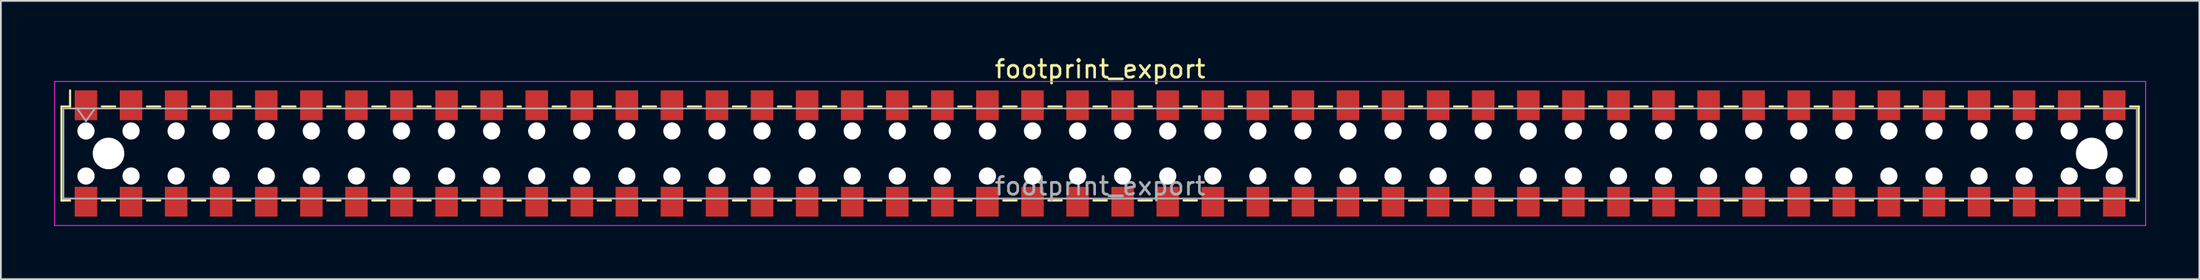
<source format=kicad_pcb>
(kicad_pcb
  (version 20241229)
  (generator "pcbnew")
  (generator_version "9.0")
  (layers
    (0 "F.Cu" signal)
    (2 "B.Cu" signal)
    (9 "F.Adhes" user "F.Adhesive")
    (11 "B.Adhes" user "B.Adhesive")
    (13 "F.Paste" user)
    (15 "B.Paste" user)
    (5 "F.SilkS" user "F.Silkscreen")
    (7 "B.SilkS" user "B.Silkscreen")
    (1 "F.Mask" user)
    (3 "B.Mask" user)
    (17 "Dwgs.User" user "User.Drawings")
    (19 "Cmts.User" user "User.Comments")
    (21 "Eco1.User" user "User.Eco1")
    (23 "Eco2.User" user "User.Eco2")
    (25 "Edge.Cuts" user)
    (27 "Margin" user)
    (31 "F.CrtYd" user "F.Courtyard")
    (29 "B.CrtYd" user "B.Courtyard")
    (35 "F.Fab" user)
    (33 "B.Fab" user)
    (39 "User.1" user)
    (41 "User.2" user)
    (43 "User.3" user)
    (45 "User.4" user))
  (footprint "footprint_export"
    (layer "F.Cu")
    (at 58.945 5.608)
    (property "Reference" "footprint_export" (at 0 -4.76 0) (layer "F.SilkS") (effects (font (size 1 1) (thickness 0.15))))
    (attr smd)
    (fp_line (start -58.53 -2.65) (end -58.53 2.65) (stroke (width 0.12) (type solid)) (layer "F.SilkS"))
    (fp_line (start -58.53 2.65) (end -58.045 2.65) (stroke (width 0.12) (type solid)) (layer "F.SilkS"))
    (fp_line (start -58.045 -3.56) (end -58.045 -2.65) (stroke (width 0.12) (type solid)) (layer "F.SilkS"))
    (fp_line (start -58.045 -2.65) (end -58.53 -2.65) (stroke (width 0.12) (type solid)) (layer "F.SilkS"))
    (fp_line (start -56.255 -2.65) (end -55.505 -2.65) (stroke (width 0.12) (type solid)) (layer "F.SilkS"))
    (fp_line (start -56.255 2.65) (end -55.505 2.65) (stroke (width 0.12) (type solid)) (layer "F.SilkS"))
    (fp_line (start -53.715 -2.65) (end -52.965 -2.65) (stroke (width 0.12) (type solid)) (layer "F.SilkS"))
    (fp_line (start -53.715 2.65) (end -52.965 2.65) (stroke (width 0.12) (type solid)) (layer "F.SilkS"))
    (fp_line (start -51.175 -2.65) (end -50.425 -2.65) (stroke (width 0.12) (type solid)) (layer "F.SilkS"))
    (fp_line (start -51.175 2.65) (end -50.425 2.65) (stroke (width 0.12) (type solid)) (layer "F.SilkS"))
    (fp_line (start -48.635 -2.65) (end -47.885 -2.65) (stroke (width 0.12) (type solid)) (layer "F.SilkS"))
    (fp_line (start -48.635 2.65) (end -47.885 2.65) (stroke (width 0.12) (type solid)) (layer "F.SilkS"))
    (fp_line (start -46.095 -2.65) (end -45.345 -2.65) (stroke (width 0.12) (type solid)) (layer "F.SilkS"))
    (fp_line (start -46.095 2.65) (end -45.345 2.65) (stroke (width 0.12) (type solid)) (layer "F.SilkS"))
    (fp_line (start -43.555 -2.65) (end -42.805 -2.65) (stroke (width 0.12) (type solid)) (layer "F.SilkS"))
    (fp_line (start -43.555 2.65) (end -42.805 2.65) (stroke (width 0.12) (type solid)) (layer "F.SilkS"))
    (fp_line (start -41.015 -2.65) (end -40.265 -2.65) (stroke (width 0.12) (type solid)) (layer "F.SilkS"))
    (fp_line (start -41.015 2.65) (end -40.265 2.65) (stroke (width 0.12) (type solid)) (layer "F.SilkS"))
    (fp_line (start -38.475 -2.65) (end -37.725 -2.65) (stroke (width 0.12) (type solid)) (layer "F.SilkS"))
    (fp_line (start -38.475 2.65) (end -37.725 2.65) (stroke (width 0.12) (type solid)) (layer "F.SilkS"))
    (fp_line (start -35.935 -2.65) (end -35.185 -2.65) (stroke (width 0.12) (type solid)) (layer "F.SilkS"))
    (fp_line (start -35.935 2.65) (end -35.185 2.65) (stroke (width 0.12) (type solid)) (layer "F.SilkS"))
    (fp_line (start -33.395 -2.65) (end -32.645 -2.65) (stroke (width 0.12) (type solid)) (layer "F.SilkS"))
    (fp_line (start -33.395 2.65) (end -32.645 2.65) (stroke (width 0.12) (type solid)) (layer "F.SilkS"))
    (fp_line (start -30.855 -2.65) (end -30.105 -2.65) (stroke (width 0.12) (type solid)) (layer "F.SilkS"))
    (fp_line (start -30.855 2.65) (end -30.105 2.65) (stroke (width 0.12) (type solid)) (layer "F.SilkS"))
    (fp_line (start -28.315 -2.65) (end -27.565 -2.65) (stroke (width 0.12) (type solid)) (layer "F.SilkS"))
    (fp_line (start -28.315 2.65) (end -27.565 2.65) (stroke (width 0.12) (type solid)) (layer "F.SilkS"))
    (fp_line (start -25.775 -2.65) (end -25.025 -2.65) (stroke (width 0.12) (type solid)) (layer "F.SilkS"))
    (fp_line (start -25.775 2.65) (end -25.025 2.65) (stroke (width 0.12) (type solid)) (layer "F.SilkS"))
    (fp_line (start -23.235 -2.65) (end -22.485 -2.65) (stroke (width 0.12) (type solid)) (layer "F.SilkS"))
    (fp_line (start -23.235 2.65) (end -22.485 2.65) (stroke (width 0.12) (type solid)) (layer "F.SilkS"))
    (fp_line (start -20.695 -2.65) (end -19.945 -2.65) (stroke (width 0.12) (type solid)) (layer "F.SilkS"))
    (fp_line (start -20.695 2.65) (end -19.945 2.65) (stroke (width 0.12) (type solid)) (layer "F.SilkS"))
    (fp_line (start -18.155 -2.65) (end -17.405 -2.65) (stroke (width 0.12) (type solid)) (layer "F.SilkS"))
    (fp_line (start -18.155 2.65) (end -17.405 2.65) (stroke (width 0.12) (type solid)) (layer "F.SilkS"))
    (fp_line (start -15.615 -2.65) (end -14.865 -2.65) (stroke (width 0.12) (type solid)) (layer "F.SilkS"))
    (fp_line (start -15.615 2.65) (end -14.865 2.65) (stroke (width 0.12) (type solid)) (layer "F.SilkS"))
    (fp_line (start -13.075 -2.65) (end -12.325 -2.65) (stroke (width 0.12) (type solid)) (layer "F.SilkS"))
    (fp_line (start -13.075 2.65) (end -12.325 2.65) (stroke (width 0.12) (type solid)) (layer "F.SilkS"))
    (fp_line (start -10.535 -2.65) (end -9.785 -2.65) (stroke (width 0.12) (type solid)) (layer "F.SilkS"))
    (fp_line (start -10.535 2.65) (end -9.785 2.65) (stroke (width 0.12) (type solid)) (layer "F.SilkS"))
    (fp_line (start -7.995 -2.65) (end -7.245 -2.65) (stroke (width 0.12) (type solid)) (layer "F.SilkS"))
    (fp_line (start -7.995 2.65) (end -7.245 2.65) (stroke (width 0.12) (type solid)) (layer "F.SilkS"))
    (fp_line (start -5.455 -2.65) (end -4.705 -2.65) (stroke (width 0.12) (type solid)) (layer "F.SilkS"))
    (fp_line (start -5.455 2.65) (end -4.705 2.65) (stroke (width 0.12) (type solid)) (layer "F.SilkS"))
    (fp_line (start -2.915 -2.65) (end -2.165 -2.65) (stroke (width 0.12) (type solid)) (layer "F.SilkS"))
    (fp_line (start -2.915 2.65) (end -2.165 2.65) (stroke (width 0.12) (type solid)) (layer "F.SilkS"))
    (fp_line (start -0.375 -2.65) (end 0.375 -2.65) (stroke (width 0.12) (type solid)) (layer "F.SilkS"))
    (fp_line (start -0.375 2.65) (end 0.375 2.65) (stroke (width 0.12) (type solid)) (layer "F.SilkS"))
    (fp_line (start 2.165 -2.65) (end 2.915 -2.65) (stroke (width 0.12) (type solid)) (layer "F.SilkS"))
    (fp_line (start 2.165 2.65) (end 2.915 2.65) (stroke (width 0.12) (type solid)) (layer "F.SilkS"))
    (fp_line (start 4.705 -2.65) (end 5.455 -2.65) (stroke (width 0.12) (type solid)) (layer "F.SilkS"))
    (fp_line (start 4.705 2.65) (end 5.455 2.65) (stroke (width 0.12) (type solid)) (layer "F.SilkS"))
    (fp_line (start 7.245 -2.65) (end 7.995 -2.65) (stroke (width 0.12) (type solid)) (layer "F.SilkS"))
    (fp_line (start 7.245 2.65) (end 7.995 2.65) (stroke (width 0.12) (type solid)) (layer "F.SilkS"))
    (fp_line (start 9.785 -2.65) (end 10.535 -2.65) (stroke (width 0.12) (type solid)) (layer "F.SilkS"))
    (fp_line (start 9.785 2.65) (end 10.535 2.65) (stroke (width 0.12) (type solid)) (layer "F.SilkS"))
    (fp_line (start 12.325 -2.65) (end 13.075 -2.65) (stroke (width 0.12) (type solid)) (layer "F.SilkS"))
    (fp_line (start 12.325 2.65) (end 13.075 2.65) (stroke (width 0.12) (type solid)) (layer "F.SilkS"))
    (fp_line (start 14.865 -2.65) (end 15.615 -2.65) (stroke (width 0.12) (type solid)) (layer "F.SilkS"))
    (fp_line (start 14.865 2.65) (end 15.615 2.65) (stroke (width 0.12) (type solid)) (layer "F.SilkS"))
    (fp_line (start 17.405 -2.65) (end 18.155 -2.65) (stroke (width 0.12) (type solid)) (layer "F.SilkS"))
    (fp_line (start 17.405 2.65) (end 18.155 2.65) (stroke (width 0.12) (type solid)) (layer "F.SilkS"))
    (fp_line (start 19.945 -2.65) (end 20.695 -2.65) (stroke (width 0.12) (type solid)) (layer "F.SilkS"))
    (fp_line (start 19.945 2.65) (end 20.695 2.65) (stroke (width 0.12) (type solid)) (layer "F.SilkS"))
    (fp_line (start 22.485 -2.65) (end 23.235 -2.65) (stroke (width 0.12) (type solid)) (layer "F.SilkS"))
    (fp_line (start 22.485 2.65) (end 23.235 2.65) (stroke (width 0.12) (type solid)) (layer "F.SilkS"))
    (fp_line (start 25.025 -2.65) (end 25.775 -2.65) (stroke (width 0.12) (type solid)) (layer "F.SilkS"))
    (fp_line (start 25.025 2.65) (end 25.775 2.65) (stroke (width 0.12) (type solid)) (layer "F.SilkS"))
    (fp_line (start 27.565 -2.65) (end 28.315 -2.65) (stroke (width 0.12) (type solid)) (layer "F.SilkS"))
    (fp_line (start 27.565 2.65) (end 28.315 2.65) (stroke (width 0.12) (type solid)) (layer "F.SilkS"))
    (fp_line (start 30.105 -2.65) (end 30.855 -2.65) (stroke (width 0.12) (type solid)) (layer "F.SilkS"))
    (fp_line (start 30.105 2.65) (end 30.855 2.65) (stroke (width 0.12) (type solid)) (layer "F.SilkS"))
    (fp_line (start 32.645 -2.65) (end 33.395 -2.65) (stroke (width 0.12) (type solid)) (layer "F.SilkS"))
    (fp_line (start 32.645 2.65) (end 33.395 2.65) (stroke (width 0.12) (type solid)) (layer "F.SilkS"))
    (fp_line (start 35.185 -2.65) (end 35.935 -2.65) (stroke (width 0.12) (type solid)) (layer "F.SilkS"))
    (fp_line (start 35.185 2.65) (end 35.935 2.65) (stroke (width 0.12) (type solid)) (layer "F.SilkS"))
    (fp_line (start 37.725 -2.65) (end 38.475 -2.65) (stroke (width 0.12) (type solid)) (layer "F.SilkS"))
    (fp_line (start 37.725 2.65) (end 38.475 2.65) (stroke (width 0.12) (type solid)) (layer "F.SilkS"))
    (fp_line (start 40.265 -2.65) (end 41.015 -2.65) (stroke (width 0.12) (type solid)) (layer "F.SilkS"))
    (fp_line (start 40.265 2.65) (end 41.015 2.65) (stroke (width 0.12) (type solid)) (layer "F.SilkS"))
    (fp_line (start 42.805 -2.65) (end 43.555 -2.65) (stroke (width 0.12) (type solid)) (layer "F.SilkS"))
    (fp_line (start 42.805 2.65) (end 43.555 2.65) (stroke (width 0.12) (type solid)) (layer "F.SilkS"))
    (fp_line (start 45.345 -2.65) (end 46.095 -2.65) (stroke (width 0.12) (type solid)) (layer "F.SilkS"))
    (fp_line (start 45.345 2.65) (end 46.095 2.65) (stroke (width 0.12) (type solid)) (layer "F.SilkS"))
    (fp_line (start 47.885 -2.65) (end 48.635 -2.65) (stroke (width 0.12) (type solid)) (layer "F.SilkS"))
    (fp_line (start 47.885 2.65) (end 48.635 2.65) (stroke (width 0.12) (type solid)) (layer "F.SilkS"))
    (fp_line (start 50.425 -2.65) (end 51.175 -2.65) (stroke (width 0.12) (type solid)) (layer "F.SilkS"))
    (fp_line (start 50.425 2.65) (end 51.175 2.65) (stroke (width 0.12) (type solid)) (layer "F.SilkS"))
    (fp_line (start 52.965 -2.65) (end 53.715 -2.65) (stroke (width 0.12) (type solid)) (layer "F.SilkS"))
    (fp_line (start 52.965 2.65) (end 53.715 2.65) (stroke (width 0.12) (type solid)) (layer "F.SilkS"))
    (fp_line (start 55.505 -2.65) (end 56.255 -2.65) (stroke (width 0.12) (type solid)) (layer "F.SilkS"))
    (fp_line (start 55.505 2.65) (end 56.255 2.65) (stroke (width 0.12) (type solid)) (layer "F.SilkS"))
    (fp_line (start 58.045 -2.65) (end 58.53 -2.65) (stroke (width 0.12) (type solid)) (layer "F.SilkS"))
    (fp_line (start 58.53 -2.65) (end 58.53 2.65) (stroke (width 0.12) (type solid)) (layer "F.SilkS"))
    (fp_line (start 58.53 2.65) (end 58.045 2.65) (stroke (width 0.12) (type solid)) (layer "F.SilkS"))
    (fp_line (start -58.92 -4.06) (end 58.92 -4.06) (stroke (width 0.05) (type solid)) (layer "F.CrtYd"))
    (fp_line (start -58.92 4.06) (end -58.92 -4.06) (stroke (width 0.05) (type solid)) (layer "F.CrtYd"))
    (fp_line (start 58.92 -4.06) (end 58.92 4.06) (stroke (width 0.05) (type solid)) (layer "F.CrtYd"))
    (fp_line (start 58.92 4.06) (end -58.92 4.06) (stroke (width 0.05) (type solid)) (layer "F.CrtYd"))
    (fp_line (start -58.42 -2.54) (end 58.42 -2.54) (stroke (width 0.1) (type solid)) (layer "F.Fab"))
    (fp_line (start -58.42 2.54) (end -58.42 -2.54) (stroke (width 0.1) (type solid)) (layer "F.Fab"))
    (fp_line (start -57.65 -2.54) (end -57.15 -1.833) (stroke (width 0.1) (type solid)) (layer "F.Fab"))
    (fp_line (start -57.15 -1.833) (end -56.65 -2.54) (stroke (width 0.1) (type solid)) (layer "F.Fab"))
    (fp_line (start 58.42 -2.54) (end 58.42 2.54) (stroke (width 0.1) (type solid)) (layer "F.Fab"))
    (fp_line (start 58.42 2.54) (end -58.42 2.54) (stroke (width 0.1) (type solid)) (layer "F.Fab"))
    (fp_text user "${REFERENCE}" (at 0 1.84 0) (layer "F.Fab") (effects (font (size 1 1) (thickness 0.15))))
    (pad "" np_thru_hole circle (at -57.15 -1.27) (size 0.97 0.97) (drill 0.97) (layers "*.Cu" "*.Mask"))
    (pad "" np_thru_hole circle (at -57.15 1.27) (size 0.97 0.97) (drill 0.97) (layers "*.Cu" "*.Mask"))
    (pad "" np_thru_hole circle (at -55.88 0) (size 1.78 1.78) (drill 1.78) (layers "*.Cu" "*.Mask"))
    (pad "" np_thru_hole circle (at -54.61 -1.27) (size 0.97 0.97) (drill 0.97) (layers "*.Cu" "*.Mask"))
    (pad "" np_thru_hole circle (at -54.61 1.27) (size 0.97 0.97) (drill 0.97) (layers "*.Cu" "*.Mask"))
    (pad "" np_thru_hole circle (at -52.07 -1.27) (size 0.97 0.97) (drill 0.97) (layers "*.Cu" "*.Mask"))
    (pad "" np_thru_hole circle (at -52.07 1.27) (size 0.97 0.97) (drill 0.97) (layers "*.Cu" "*.Mask"))
    (pad "" np_thru_hole circle (at -49.53 -1.27) (size 0.97 0.97) (drill 0.97) (layers "*.Cu" "*.Mask"))
    (pad "" np_thru_hole circle (at -49.53 1.27) (size 0.97 0.97) (drill 0.97) (layers "*.Cu" "*.Mask"))
    (pad "" np_thru_hole circle (at -46.99 -1.27) (size 0.97 0.97) (drill 0.97) (layers "*.Cu" "*.Mask"))
    (pad "" np_thru_hole circle (at -46.99 1.27) (size 0.97 0.97) (drill 0.97) (layers "*.Cu" "*.Mask"))
    (pad "" np_thru_hole circle (at -44.45 -1.27) (size 0.97 0.97) (drill 0.97) (layers "*.Cu" "*.Mask"))
    (pad "" np_thru_hole circle (at -44.45 1.27) (size 0.97 0.97) (drill 0.97) (layers "*.Cu" "*.Mask"))
    (pad "" np_thru_hole circle (at -41.91 -1.27) (size 0.97 0.97) (drill 0.97) (layers "*.Cu" "*.Mask"))
    (pad "" np_thru_hole circle (at -41.91 1.27) (size 0.97 0.97) (drill 0.97) (layers "*.Cu" "*.Mask"))
    (pad "" np_thru_hole circle (at -39.37 -1.27) (size 0.97 0.97) (drill 0.97) (layers "*.Cu" "*.Mask"))
    (pad "" np_thru_hole circle (at -39.37 1.27) (size 0.97 0.97) (drill 0.97) (layers "*.Cu" "*.Mask"))
    (pad "" np_thru_hole circle (at -36.83 -1.27) (size 0.97 0.97) (drill 0.97) (layers "*.Cu" "*.Mask"))
    (pad "" np_thru_hole circle (at -36.83 1.27) (size 0.97 0.97) (drill 0.97) (layers "*.Cu" "*.Mask"))
    (pad "" np_thru_hole circle (at -34.29 -1.27) (size 0.97 0.97) (drill 0.97) (layers "*.Cu" "*.Mask"))
    (pad "" np_thru_hole circle (at -34.29 1.27) (size 0.97 0.97) (drill 0.97) (layers "*.Cu" "*.Mask"))
    (pad "" np_thru_hole circle (at -31.75 -1.27) (size 0.97 0.97) (drill 0.97) (layers "*.Cu" "*.Mask"))
    (pad "" np_thru_hole circle (at -31.75 1.27) (size 0.97 0.97) (drill 0.97) (layers "*.Cu" "*.Mask"))
    (pad "" np_thru_hole circle (at -29.21 -1.27) (size 0.97 0.97) (drill 0.97) (layers "*.Cu" "*.Mask"))
    (pad "" np_thru_hole circle (at -29.21 1.27) (size 0.97 0.97) (drill 0.97) (layers "*.Cu" "*.Mask"))
    (pad "" np_thru_hole circle (at -26.67 -1.27) (size 0.97 0.97) (drill 0.97) (layers "*.Cu" "*.Mask"))
    (pad "" np_thru_hole circle (at -26.67 1.27) (size 0.97 0.97) (drill 0.97) (layers "*.Cu" "*.Mask"))
    (pad "" np_thru_hole circle (at -24.13 -1.27) (size 0.97 0.97) (drill 0.97) (layers "*.Cu" "*.Mask"))
    (pad "" np_thru_hole circle (at -24.13 1.27) (size 0.97 0.97) (drill 0.97) (layers "*.Cu" "*.Mask"))
    (pad "" np_thru_hole circle (at -21.59 -1.27) (size 0.97 0.97) (drill 0.97) (layers "*.Cu" "*.Mask"))
    (pad "" np_thru_hole circle (at -21.59 1.27) (size 0.97 0.97) (drill 0.97) (layers "*.Cu" "*.Mask"))
    (pad "" np_thru_hole circle (at -19.05 -1.27) (size 0.97 0.97) (drill 0.97) (layers "*.Cu" "*.Mask"))
    (pad "" np_thru_hole circle (at -19.05 1.27) (size 0.97 0.97) (drill 0.97) (layers "*.Cu" "*.Mask"))
    (pad "" np_thru_hole circle (at -16.51 -1.27) (size 0.97 0.97) (drill 0.97) (layers "*.Cu" "*.Mask"))
    (pad "" np_thru_hole circle (at -16.51 1.27) (size 0.97 0.97) (drill 0.97) (layers "*.Cu" "*.Mask"))
    (pad "" np_thru_hole circle (at -13.97 -1.27) (size 0.97 0.97) (drill 0.97) (layers "*.Cu" "*.Mask"))
    (pad "" np_thru_hole circle (at -13.97 1.27) (size 0.97 0.97) (drill 0.97) (layers "*.Cu" "*.Mask"))
    (pad "" np_thru_hole circle (at -11.43 -1.27) (size 0.97 0.97) (drill 0.97) (layers "*.Cu" "*.Mask"))
    (pad "" np_thru_hole circle (at -11.43 1.27) (size 0.97 0.97) (drill 0.97) (layers "*.Cu" "*.Mask"))
    (pad "" np_thru_hole circle (at -8.89 -1.27) (size 0.97 0.97) (drill 0.97) (layers "*.Cu" "*.Mask"))
    (pad "" np_thru_hole circle (at -8.89 1.27) (size 0.97 0.97) (drill 0.97) (layers "*.Cu" "*.Mask"))
    (pad "" np_thru_hole circle (at -6.35 -1.27) (size 0.97 0.97) (drill 0.97) (layers "*.Cu" "*.Mask"))
    (pad "" np_thru_hole circle (at -6.35 1.27) (size 0.97 0.97) (drill 0.97) (layers "*.Cu" "*.Mask"))
    (pad "" np_thru_hole circle (at -3.81 -1.27) (size 0.97 0.97) (drill 0.97) (layers "*.Cu" "*.Mask"))
    (pad "" np_thru_hole circle (at -3.81 1.27) (size 0.97 0.97) (drill 0.97) (layers "*.Cu" "*.Mask"))
    (pad "" np_thru_hole circle (at -1.27 -1.27) (size 0.97 0.97) (drill 0.97) (layers "*.Cu" "*.Mask"))
    (pad "" np_thru_hole circle (at -1.27 1.27) (size 0.97 0.97) (drill 0.97) (layers "*.Cu" "*.Mask"))
    (pad "" np_thru_hole circle (at 1.27 -1.27) (size 0.97 0.97) (drill 0.97) (layers "*.Cu" "*.Mask"))
    (pad "" np_thru_hole circle (at 1.27 1.27) (size 0.97 0.97) (drill 0.97) (layers "*.Cu" "*.Mask"))
    (pad "" np_thru_hole circle (at 3.81 -1.27) (size 0.97 0.97) (drill 0.97) (layers "*.Cu" "*.Mask"))
    (pad "" np_thru_hole circle (at 3.81 1.27) (size 0.97 0.97) (drill 0.97) (layers "*.Cu" "*.Mask"))
    (pad "" np_thru_hole circle (at 6.35 -1.27) (size 0.97 0.97) (drill 0.97) (layers "*.Cu" "*.Mask"))
    (pad "" np_thru_hole circle (at 6.35 1.27) (size 0.97 0.97) (drill 0.97) (layers "*.Cu" "*.Mask"))
    (pad "" np_thru_hole circle (at 8.89 -1.27) (size 0.97 0.97) (drill 0.97) (layers "*.Cu" "*.Mask"))
    (pad "" np_thru_hole circle (at 8.89 1.27) (size 0.97 0.97) (drill 0.97) (layers "*.Cu" "*.Mask"))
    (pad "" np_thru_hole circle (at 11.43 -1.27) (size 0.97 0.97) (drill 0.97) (layers "*.Cu" "*.Mask"))
    (pad "" np_thru_hole circle (at 11.43 1.27) (size 0.97 0.97) (drill 0.97) (layers "*.Cu" "*.Mask"))
    (pad "" np_thru_hole circle (at 13.97 -1.27) (size 0.97 0.97) (drill 0.97) (layers "*.Cu" "*.Mask"))
    (pad "" np_thru_hole circle (at 13.97 1.27) (size 0.97 0.97) (drill 0.97) (layers "*.Cu" "*.Mask"))
    (pad "" np_thru_hole circle (at 16.51 -1.27) (size 0.97 0.97) (drill 0.97) (layers "*.Cu" "*.Mask"))
    (pad "" np_thru_hole circle (at 16.51 1.27) (size 0.97 0.97) (drill 0.97) (layers "*.Cu" "*.Mask"))
    (pad "" np_thru_hole circle (at 19.05 -1.27) (size 0.97 0.97) (drill 0.97) (layers "*.Cu" "*.Mask"))
    (pad "" np_thru_hole circle (at 19.05 1.27) (size 0.97 0.97) (drill 0.97) (layers "*.Cu" "*.Mask"))
    (pad "" np_thru_hole circle (at 21.59 -1.27) (size 0.97 0.97) (drill 0.97) (layers "*.Cu" "*.Mask"))
    (pad "" np_thru_hole circle (at 21.59 1.27) (size 0.97 0.97) (drill 0.97) (layers "*.Cu" "*.Mask"))
    (pad "" np_thru_hole circle (at 24.13 -1.27) (size 0.97 0.97) (drill 0.97) (layers "*.Cu" "*.Mask"))
    (pad "" np_thru_hole circle (at 24.13 1.27) (size 0.97 0.97) (drill 0.97) (layers "*.Cu" "*.Mask"))
    (pad "" np_thru_hole circle (at 26.67 -1.27) (size 0.97 0.97) (drill 0.97) (layers "*.Cu" "*.Mask"))
    (pad "" np_thru_hole circle (at 26.67 1.27) (size 0.97 0.97) (drill 0.97) (layers "*.Cu" "*.Mask"))
    (pad "" np_thru_hole circle (at 29.21 -1.27) (size 0.97 0.97) (drill 0.97) (layers "*.Cu" "*.Mask"))
    (pad "" np_thru_hole circle (at 29.21 1.27) (size 0.97 0.97) (drill 0.97) (layers "*.Cu" "*.Mask"))
    (pad "" np_thru_hole circle (at 31.75 -1.27) (size 0.97 0.97) (drill 0.97) (layers "*.Cu" "*.Mask"))
    (pad "" np_thru_hole circle (at 31.75 1.27) (size 0.97 0.97) (drill 0.97) (layers "*.Cu" "*.Mask"))
    (pad "" np_thru_hole circle (at 34.29 -1.27) (size 0.97 0.97) (drill 0.97) (layers "*.Cu" "*.Mask"))
    (pad "" np_thru_hole circle (at 34.29 1.27) (size 0.97 0.97) (drill 0.97) (layers "*.Cu" "*.Mask"))
    (pad "" np_thru_hole circle (at 36.83 -1.27) (size 0.97 0.97) (drill 0.97) (layers "*.Cu" "*.Mask"))
    (pad "" np_thru_hole circle (at 36.83 1.27) (size 0.97 0.97) (drill 0.97) (layers "*.Cu" "*.Mask"))
    (pad "" np_thru_hole circle (at 39.37 -1.27) (size 0.97 0.97) (drill 0.97) (layers "*.Cu" "*.Mask"))
    (pad "" np_thru_hole circle (at 39.37 1.27) (size 0.97 0.97) (drill 0.97) (layers "*.Cu" "*.Mask"))
    (pad "" np_thru_hole circle (at 41.91 -1.27) (size 0.97 0.97) (drill 0.97) (layers "*.Cu" "*.Mask"))
    (pad "" np_thru_hole circle (at 41.91 1.27) (size 0.97 0.97) (drill 0.97) (layers "*.Cu" "*.Mask"))
    (pad "" np_thru_hole circle (at 44.45 -1.27) (size 0.97 0.97) (drill 0.97) (layers "*.Cu" "*.Mask"))
    (pad "" np_thru_hole circle (at 44.45 1.27) (size 0.97 0.97) (drill 0.97) (layers "*.Cu" "*.Mask"))
    (pad "" np_thru_hole circle (at 46.99 -1.27) (size 0.97 0.97) (drill 0.97) (layers "*.Cu" "*.Mask"))
    (pad "" np_thru_hole circle (at 46.99 1.27) (size 0.97 0.97) (drill 0.97) (layers "*.Cu" "*.Mask"))
    (pad "" np_thru_hole circle (at 49.53 -1.27) (size 0.97 0.97) (drill 0.97) (layers "*.Cu" "*.Mask"))
    (pad "" np_thru_hole circle (at 49.53 1.27) (size 0.97 0.97) (drill 0.97) (layers "*.Cu" "*.Mask"))
    (pad "" np_thru_hole circle (at 52.07 -1.27) (size 0.97 0.97) (drill 0.97) (layers "*.Cu" "*.Mask"))
    (pad "" np_thru_hole circle (at 52.07 1.27) (size 0.97 0.97) (drill 0.97) (layers "*.Cu" "*.Mask"))
    (pad "" np_thru_hole circle (at 54.61 -1.27) (size 0.97 0.97) (drill 0.97) (layers "*.Cu" "*.Mask"))
    (pad "" np_thru_hole circle (at 54.61 1.27) (size 0.97 0.97) (drill 0.97) (layers "*.Cu" "*.Mask"))
    (pad "" np_thru_hole circle (at 55.88 0) (size 1.78 1.78) (drill 1.78) (layers "*.Cu" "*.Mask"))
    (pad "" np_thru_hole circle (at 57.15 -1.27) (size 0.97 0.97) (drill 0.97) (layers "*.Cu" "*.Mask"))
    (pad "" np_thru_hole circle (at 57.15 1.27) (size 0.97 0.97) (drill 0.97) (layers "*.Cu" "*.Mask"))
    (pad "1" smd rect (at -57.15 -2.72) (size 1.27 1.68) (layers "F.Cu" "F.Mask" "F.Paste"))
    (pad "2" smd rect (at -57.15 2.72) (size 1.27 1.68) (layers "F.Cu" "F.Mask" "F.Paste"))
    (pad "3" smd rect (at -54.61 -2.72) (size 1.27 1.68) (layers "F.Cu" "F.Mask" "F.Paste"))
    (pad "4" smd rect (at -54.61 2.72) (size 1.27 1.68) (layers "F.Cu" "F.Mask" "F.Paste"))
    (pad "5" smd rect (at -52.07 -2.72) (size 1.27 1.68) (layers "F.Cu" "F.Mask" "F.Paste"))
    (pad "6" smd rect (at -52.07 2.72) (size 1.27 1.68) (layers "F.Cu" "F.Mask" "F.Paste"))
    (pad "7" smd rect (at -49.53 -2.72) (size 1.27 1.68) (layers "F.Cu" "F.Mask" "F.Paste"))
    (pad "8" smd rect (at -49.53 2.72) (size 1.27 1.68) (layers "F.Cu" "F.Mask" "F.Paste"))
    (pad "9" smd rect (at -46.99 -2.72) (size 1.27 1.68) (layers "F.Cu" "F.Mask" "F.Paste"))
    (pad "10" smd rect (at -46.99 2.72) (size 1.27 1.68) (layers "F.Cu" "F.Mask" "F.Paste"))
    (pad "11" smd rect (at -44.45 -2.72) (size 1.27 1.68) (layers "F.Cu" "F.Mask" "F.Paste"))
    (pad "12" smd rect (at -44.45 2.72) (size 1.27 1.68) (layers "F.Cu" "F.Mask" "F.Paste"))
    (pad "13" smd rect (at -41.91 -2.72) (size 1.27 1.68) (layers "F.Cu" "F.Mask" "F.Paste"))
    (pad "14" smd rect (at -41.91 2.72) (size 1.27 1.68) (layers "F.Cu" "F.Mask" "F.Paste"))
    (pad "15" smd rect (at -39.37 -2.72) (size 1.27 1.68) (layers "F.Cu" "F.Mask" "F.Paste"))
    (pad "16" smd rect (at -39.37 2.72) (size 1.27 1.68) (layers "F.Cu" "F.Mask" "F.Paste"))
    (pad "17" smd rect (at -36.83 -2.72) (size 1.27 1.68) (layers "F.Cu" "F.Mask" "F.Paste"))
    (pad "18" smd rect (at -36.83 2.72) (size 1.27 1.68) (layers "F.Cu" "F.Mask" "F.Paste"))
    (pad "19" smd rect (at -34.29 -2.72) (size 1.27 1.68) (layers "F.Cu" "F.Mask" "F.Paste"))
    (pad "20" smd rect (at -34.29 2.72) (size 1.27 1.68) (layers "F.Cu" "F.Mask" "F.Paste"))
    (pad "21" smd rect (at -31.75 -2.72) (size 1.27 1.68) (layers "F.Cu" "F.Mask" "F.Paste"))
    (pad "22" smd rect (at -31.75 2.72) (size 1.27 1.68) (layers "F.Cu" "F.Mask" "F.Paste"))
    (pad "23" smd rect (at -29.21 -2.72) (size 1.27 1.68) (layers "F.Cu" "F.Mask" "F.Paste"))
    (pad "24" smd rect (at -29.21 2.72) (size 1.27 1.68) (layers "F.Cu" "F.Mask" "F.Paste"))
    (pad "25" smd rect (at -26.67 -2.72) (size 1.27 1.68) (layers "F.Cu" "F.Mask" "F.Paste"))
    (pad "26" smd rect (at -26.67 2.72) (size 1.27 1.68) (layers "F.Cu" "F.Mask" "F.Paste"))
    (pad "27" smd rect (at -24.13 -2.72) (size 1.27 1.68) (layers "F.Cu" "F.Mask" "F.Paste"))
    (pad "28" smd rect (at -24.13 2.72) (size 1.27 1.68) (layers "F.Cu" "F.Mask" "F.Paste"))
    (pad "29" smd rect (at -21.59 -2.72) (size 1.27 1.68) (layers "F.Cu" "F.Mask" "F.Paste"))
    (pad "30" smd rect (at -21.59 2.72) (size 1.27 1.68) (layers "F.Cu" "F.Mask" "F.Paste"))
    (pad "31" smd rect (at -19.05 -2.72) (size 1.27 1.68) (layers "F.Cu" "F.Mask" "F.Paste"))
    (pad "32" smd rect (at -19.05 2.72) (size 1.27 1.68) (layers "F.Cu" "F.Mask" "F.Paste"))
    (pad "33" smd rect (at -16.51 -2.72) (size 1.27 1.68) (layers "F.Cu" "F.Mask" "F.Paste"))
    (pad "34" smd rect (at -16.51 2.72) (size 1.27 1.68) (layers "F.Cu" "F.Mask" "F.Paste"))
    (pad "35" smd rect (at -13.97 -2.72) (size 1.27 1.68) (layers "F.Cu" "F.Mask" "F.Paste"))
    (pad "36" smd rect (at -13.97 2.72) (size 1.27 1.68) (layers "F.Cu" "F.Mask" "F.Paste"))
    (pad "37" smd rect (at -11.43 -2.72) (size 1.27 1.68) (layers "F.Cu" "F.Mask" "F.Paste"))
    (pad "38" smd rect (at -11.43 2.72) (size 1.27 1.68) (layers "F.Cu" "F.Mask" "F.Paste"))
    (pad "39" smd rect (at -8.89 -2.72) (size 1.27 1.68) (layers "F.Cu" "F.Mask" "F.Paste"))
    (pad "40" smd rect (at -8.89 2.72) (size 1.27 1.68) (layers "F.Cu" "F.Mask" "F.Paste"))
    (pad "41" smd rect (at -6.35 -2.72) (size 1.27 1.68) (layers "F.Cu" "F.Mask" "F.Paste"))
    (pad "42" smd rect (at -6.35 2.72) (size 1.27 1.68) (layers "F.Cu" "F.Mask" "F.Paste"))
    (pad "43" smd rect (at -3.81 -2.72) (size 1.27 1.68) (layers "F.Cu" "F.Mask" "F.Paste"))
    (pad "44" smd rect (at -3.81 2.72) (size 1.27 1.68) (layers "F.Cu" "F.Mask" "F.Paste"))
    (pad "45" smd rect (at -1.27 -2.72) (size 1.27 1.68) (layers "F.Cu" "F.Mask" "F.Paste"))
    (pad "46" smd rect (at -1.27 2.72) (size 1.27 1.68) (layers "F.Cu" "F.Mask" "F.Paste"))
    (pad "47" smd rect (at 1.27 -2.72) (size 1.27 1.68) (layers "F.Cu" "F.Mask" "F.Paste"))
    (pad "48" smd rect (at 1.27 2.72) (size 1.27 1.68) (layers "F.Cu" "F.Mask" "F.Paste"))
    (pad "49" smd rect (at 3.81 -2.72) (size 1.27 1.68) (layers "F.Cu" "F.Mask" "F.Paste"))
    (pad "50" smd rect (at 3.81 2.72) (size 1.27 1.68) (layers "F.Cu" "F.Mask" "F.Paste"))
    (pad "51" smd rect (at 6.35 -2.72) (size 1.27 1.68) (layers "F.Cu" "F.Mask" "F.Paste"))
    (pad "52" smd rect (at 6.35 2.72) (size 1.27 1.68) (layers "F.Cu" "F.Mask" "F.Paste"))
    (pad "53" smd rect (at 8.89 -2.72) (size 1.27 1.68) (layers "F.Cu" "F.Mask" "F.Paste"))
    (pad "54" smd rect (at 8.89 2.72) (size 1.27 1.68) (layers "F.Cu" "F.Mask" "F.Paste"))
    (pad "55" smd rect (at 11.43 -2.72) (size 1.27 1.68) (layers "F.Cu" "F.Mask" "F.Paste"))
    (pad "56" smd rect (at 11.43 2.72) (size 1.27 1.68) (layers "F.Cu" "F.Mask" "F.Paste"))
    (pad "57" smd rect (at 13.97 -2.72) (size 1.27 1.68) (layers "F.Cu" "F.Mask" "F.Paste"))
    (pad "58" smd rect (at 13.97 2.72) (size 1.27 1.68) (layers "F.Cu" "F.Mask" "F.Paste"))
    (pad "59" smd rect (at 16.51 -2.72) (size 1.27 1.68) (layers "F.Cu" "F.Mask" "F.Paste"))
    (pad "60" smd rect (at 16.51 2.72) (size 1.27 1.68) (layers "F.Cu" "F.Mask" "F.Paste"))
    (pad "61" smd rect (at 19.05 -2.72) (size 1.27 1.68) (layers "F.Cu" "F.Mask" "F.Paste"))
    (pad "62" smd rect (at 19.05 2.72) (size 1.27 1.68) (layers "F.Cu" "F.Mask" "F.Paste"))
    (pad "63" smd rect (at 21.59 -2.72) (size 1.27 1.68) (layers "F.Cu" "F.Mask" "F.Paste"))
    (pad "64" smd rect (at 21.59 2.72) (size 1.27 1.68) (layers "F.Cu" "F.Mask" "F.Paste"))
    (pad "65" smd rect (at 24.13 -2.72) (size 1.27 1.68) (layers "F.Cu" "F.Mask" "F.Paste"))
    (pad "66" smd rect (at 24.13 2.72) (size 1.27 1.68) (layers "F.Cu" "F.Mask" "F.Paste"))
    (pad "67" smd rect (at 26.67 -2.72) (size 1.27 1.68) (layers "F.Cu" "F.Mask" "F.Paste"))
    (pad "68" smd rect (at 26.67 2.72) (size 1.27 1.68) (layers "F.Cu" "F.Mask" "F.Paste"))
    (pad "69" smd rect (at 29.21 -2.72) (size 1.27 1.68) (layers "F.Cu" "F.Mask" "F.Paste"))
    (pad "70" smd rect (at 29.21 2.72) (size 1.27 1.68) (layers "F.Cu" "F.Mask" "F.Paste"))
    (pad "71" smd rect (at 31.75 -2.72) (size 1.27 1.68) (layers "F.Cu" "F.Mask" "F.Paste"))
    (pad "72" smd rect (at 31.75 2.72) (size 1.27 1.68) (layers "F.Cu" "F.Mask" "F.Paste"))
    (pad "73" smd rect (at 34.29 -2.72) (size 1.27 1.68) (layers "F.Cu" "F.Mask" "F.Paste"))
    (pad "74" smd rect (at 34.29 2.72) (size 1.27 1.68) (layers "F.Cu" "F.Mask" "F.Paste"))
    (pad "75" smd rect (at 36.83 -2.72) (size 1.27 1.68) (layers "F.Cu" "F.Mask" "F.Paste"))
    (pad "76" smd rect (at 36.83 2.72) (size 1.27 1.68) (layers "F.Cu" "F.Mask" "F.Paste"))
    (pad "77" smd rect (at 39.37 -2.72) (size 1.27 1.68) (layers "F.Cu" "F.Mask" "F.Paste"))
    (pad "78" smd rect (at 39.37 2.72) (size 1.27 1.68) (layers "F.Cu" "F.Mask" "F.Paste"))
    (pad "79" smd rect (at 41.91 -2.72) (size 1.27 1.68) (layers "F.Cu" "F.Mask" "F.Paste"))
    (pad "80" smd rect (at 41.91 2.72) (size 1.27 1.68) (layers "F.Cu" "F.Mask" "F.Paste"))
    (pad "81" smd rect (at 44.45 -2.72) (size 1.27 1.68) (layers "F.Cu" "F.Mask" "F.Paste"))
    (pad "82" smd rect (at 44.45 2.72) (size 1.27 1.68) (layers "F.Cu" "F.Mask" "F.Paste"))
    (pad "83" smd rect (at 46.99 -2.72) (size 1.27 1.68) (layers "F.Cu" "F.Mask" "F.Paste"))
    (pad "84" smd rect (at 46.99 2.72) (size 1.27 1.68) (layers "F.Cu" "F.Mask" "F.Paste"))
    (pad "85" smd rect (at 49.53 -2.72) (size 1.27 1.68) (layers "F.Cu" "F.Mask" "F.Paste"))
    (pad "86" smd rect (at 49.53 2.72) (size 1.27 1.68) (layers "F.Cu" "F.Mask" "F.Paste"))
    (pad "87" smd rect (at 52.07 -2.72) (size 1.27 1.68) (layers "F.Cu" "F.Mask" "F.Paste"))
    (pad "88" smd rect (at 52.07 2.72) (size 1.27 1.68) (layers "F.Cu" "F.Mask" "F.Paste"))
    (pad "89" smd rect (at 54.61 -2.72) (size 1.27 1.68) (layers "F.Cu" "F.Mask" "F.Paste"))
    (pad "90" smd rect (at 54.61 2.72) (size 1.27 1.68) (layers "F.Cu" "F.Mask" "F.Paste"))
    (pad "91" smd rect (at 57.15 -2.72) (size 1.27 1.68) (layers "F.Cu" "F.Mask" "F.Paste"))
    (pad "92" smd rect (at 57.15 2.72) (size 1.27 1.68) (layers "F.Cu" "F.Mask" "F.Paste")))
  (gr_rect
    (start -3 -3)
    (end 120.89 12.693)
    (stroke (width 0.1) (type default))
    (fill no)
    (layer "Edge.Cuts")))
</source>
